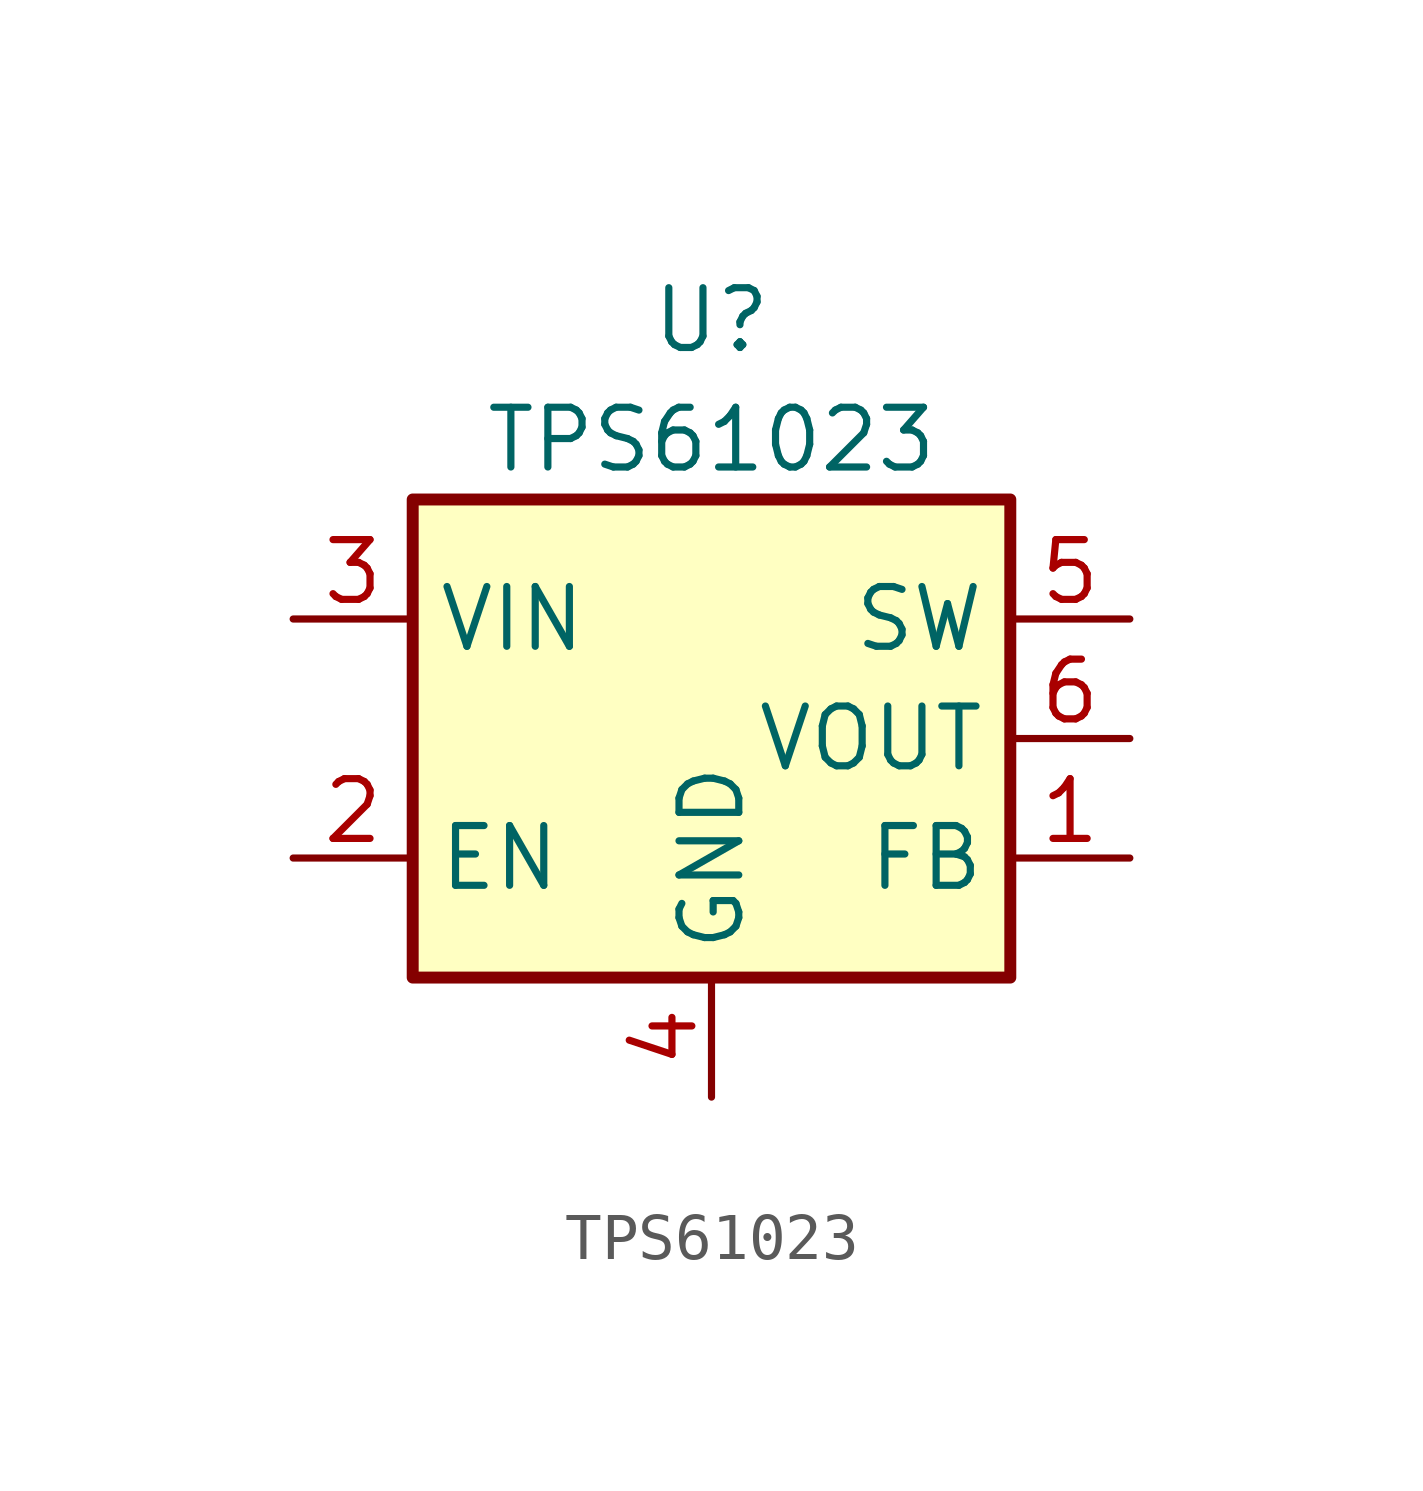
<source format=kicad_sym>
(kicad_symbol_lib
  (version 20220914)
  (generator kicad_symbol_editor)
  (symbol "TPS61023"
    (property "Reference" "U"
      (at 0 8.89 0)
      (effects (font (size 1.27 1.27))))
    (property "Value" "TPS61023"
      (at 0 6.35 0)
      (effects (font (size 1.27 1.27))))
    (symbol "TPS61023_0_1"
      (rectangle (start -6.35 5.08) (end 6.35 -5.08) (stroke (width 0.254) (type default)) (fill (type background))))
    (symbol "TPS61023_1_0"
      (pin power_out line (at 8.89 0 180) (length 2.54) (name "VOUT" (effects (font (size 1.27 1.27)))) (number "6" (effects (font (size 1.27 1.27))))))
    (symbol "TPS61023_1_1"
      (pin input line (at 8.89 -2.54 180) (length 2.54) (name "FB" (effects (font (size 1.27 1.27)))) (number "1" (effects (font (size 1.27 1.27)))))
      (pin input line (at -8.89 -2.54 0) (length 2.54) (name "EN" (effects (font (size 1.27 1.27)))) (number "2" (effects (font (size 1.27 1.27)))))
      (pin power_in line (at -8.89 2.54 0) (length 2.54) (name "VIN" (effects (font (size 1.27 1.27)))) (number "3" (effects (font (size 1.27 1.27)))))
      (pin power_in line (at 0 -7.62 90) (length 2.54) (name "GND" (effects (font (size 1.27 1.27)))) (number "4" (effects (font (size 1.27 1.27)))))
      (pin power_out line (at 8.89 2.54 180) (length 2.54) (name "SW" (effects (font (size 1.27 1.27)))) (number "5" (effects (font (size 1.27 1.27))))))))
</source>
